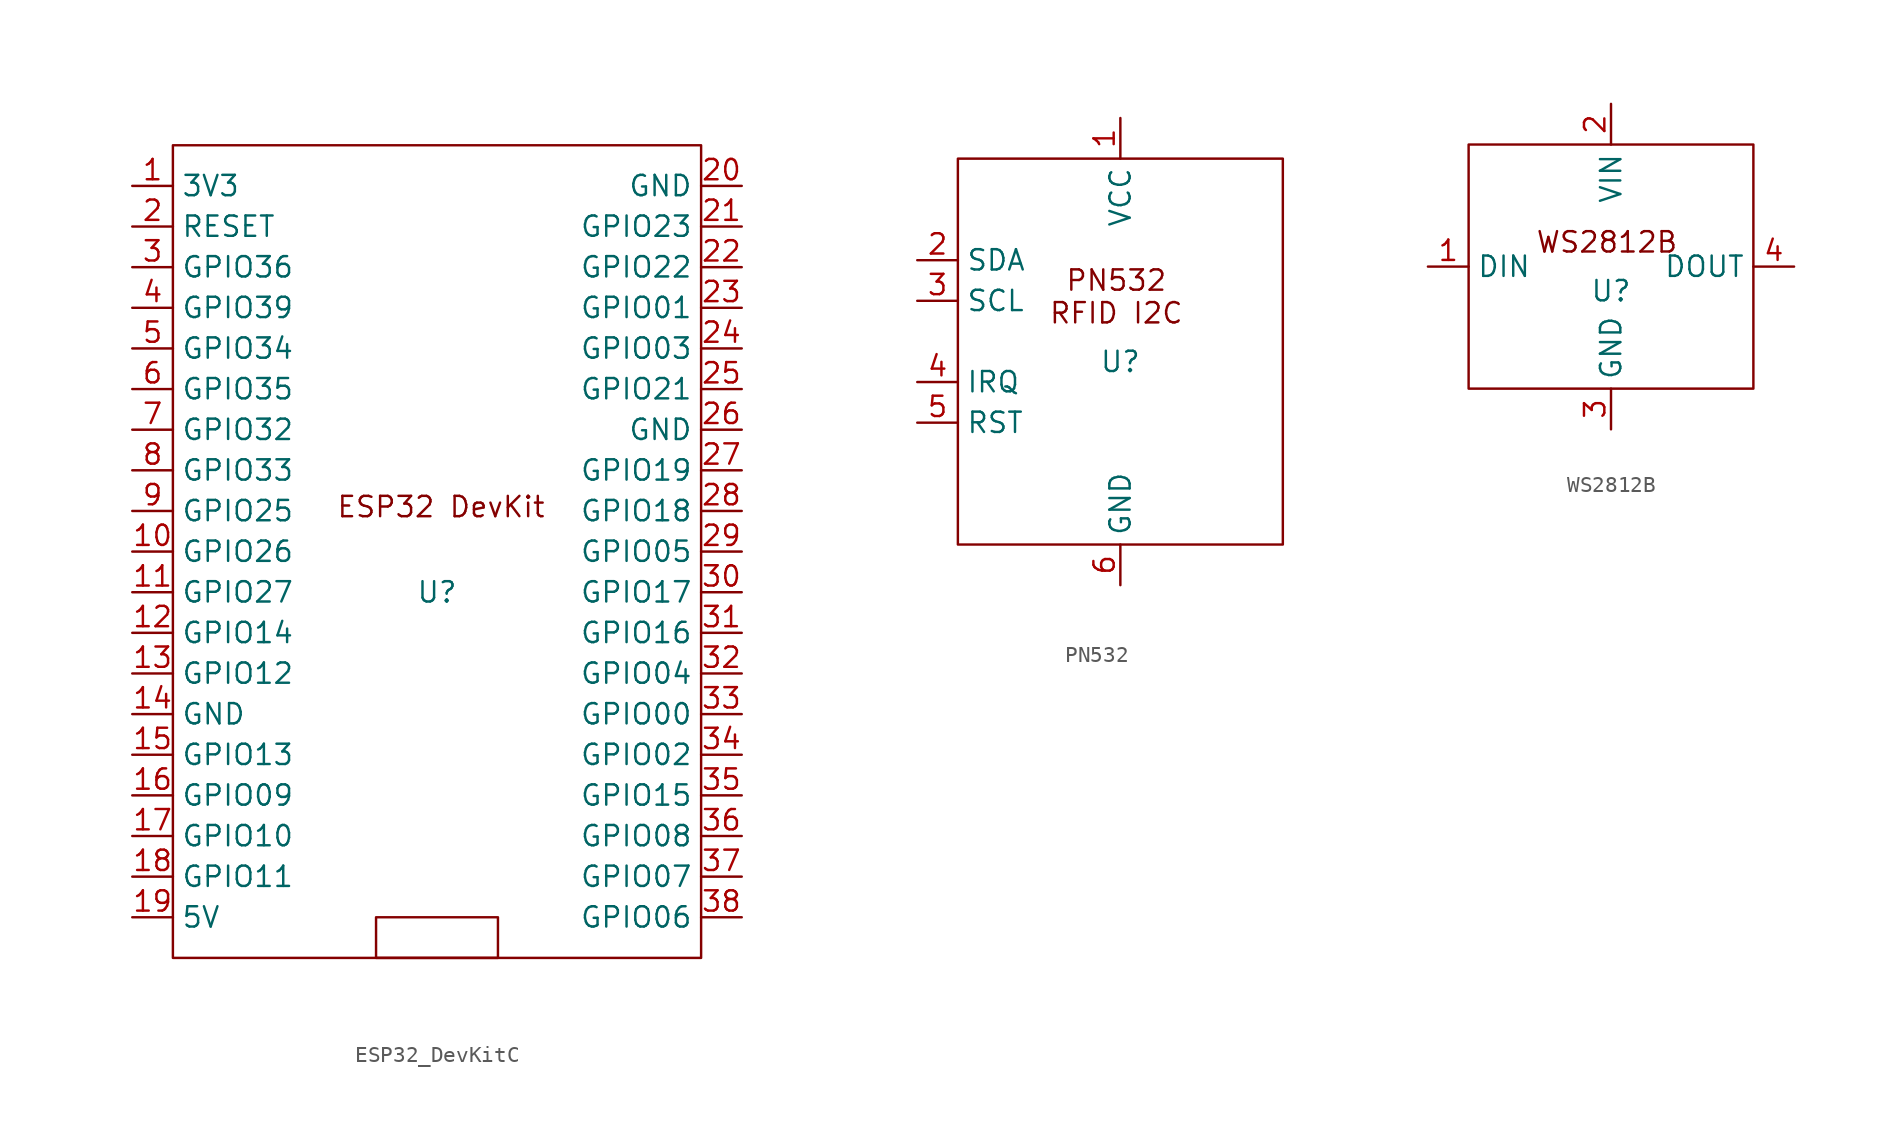
<source format=kicad_sym>
(kicad_symbol_lib
  (version 20241209)
  (generator "kicad_symbol_editor")
  (generator_version "9.0")
  (symbol "ESP32_DevKitC"
    (property "Reference" "U"
      (at 0 0 0)
      (effects (font (size 1.27 1.27))))
    (property "Value" ""
      (at 0 0 0)
      (effects (font (size 1.27 1.27))))
    (symbol "ESP32_DevKitC_0_1"
      (rectangle (start -16.51 27.94) (end 16.51 -22.86) (stroke (width 0) (type default)) (fill (type none)))
      (rectangle (start -3.81 -20.32) (end 3.81 -22.86) (stroke (width 0) (type default)) (fill (type none))))
    (symbol "ESP32_DevKitC_1_1"
      (text "ESP32 DevKit" (at 0.254 5.334 0) (effects (font (size 1.27 1.27))))
      (pin power_in line (at -19.05 25.4 0) (length 2.54) (name "3V3" (effects (font (size 1.27 1.27)))) (number "1" (effects (font (size 1.27 1.27)))))
      (pin input line (at -19.05 22.86 0) (length 2.54) (name "RESET" (effects (font (size 1.27 1.27)))) (number "2" (effects (font (size 1.27 1.27)))))
      (pin input line (at -19.05 20.32 0) (length 2.54) (name "GPIO36" (effects (font (size 1.27 1.27)))) (number "3" (effects (font (size 1.27 1.27)))))
      (pin input line (at -19.05 17.78 0) (length 2.54) (name "GPIO39" (effects (font (size 1.27 1.27)))) (number "4" (effects (font (size 1.27 1.27)))))
      (pin input line (at -19.05 15.24 0) (length 2.54) (name "GPIO34" (effects (font (size 1.27 1.27)))) (number "5" (effects (font (size 1.27 1.27)))))
      (pin input line (at -19.05 12.7 0) (length 2.54) (name "GPIO35" (effects (font (size 1.27 1.27)))) (number "6" (effects (font (size 1.27 1.27)))))
      (pin bidirectional line (at -19.05 10.16 0) (length 2.54) (name "GPIO32" (effects (font (size 1.27 1.27)))) (number "7" (effects (font (size 1.27 1.27)))))
      (pin bidirectional line (at -19.05 7.62 0) (length 2.54) (name "GPIO33" (effects (font (size 1.27 1.27)))) (number "8" (effects (font (size 1.27 1.27)))))
      (pin bidirectional line (at -19.05 5.08 0) (length 2.54) (name "GPIO25" (effects (font (size 1.27 1.27)))) (number "9" (effects (font (size 1.27 1.27)))))
      (pin bidirectional line (at -19.05 2.54 0) (length 2.54) (name "GPIO26" (effects (font (size 1.27 1.27)))) (number "10" (effects (font (size 1.27 1.27)))))
      (pin bidirectional line (at -19.05 0 0) (length 2.54) (name "GPIO27" (effects (font (size 1.27 1.27)))) (number "11" (effects (font (size 1.27 1.27)))))
      (pin bidirectional line (at -19.05 -2.54 0) (length 2.54) (name "GPIO14" (effects (font (size 1.27 1.27)))) (number "12" (effects (font (size 1.27 1.27)))))
      (pin bidirectional line (at -19.05 -5.08 0) (length 2.54) (name "GPIO12" (effects (font (size 1.27 1.27)))) (number "13" (effects (font (size 1.27 1.27)))))
      (pin power_in line (at -19.05 -7.62 0) (length 2.54) (name "GND" (effects (font (size 1.27 1.27)))) (number "14" (effects (font (size 1.27 1.27)))))
      (pin bidirectional line (at -19.05 -10.16 0) (length 2.54) (name "GPIO13" (effects (font (size 1.27 1.27)))) (number "15" (effects (font (size 1.27 1.27)))))
      (pin bidirectional line (at -19.05 -12.7 0) (length 2.54) (name "GPIO09" (effects (font (size 1.27 1.27)))) (number "16" (effects (font (size 1.27 1.27)))))
      (pin bidirectional line (at -19.05 -15.24 0) (length 2.54) (name "GPIO10" (effects (font (size 1.27 1.27)))) (number "17" (effects (font (size 1.27 1.27)))))
      (pin bidirectional line (at -19.05 -17.78 0) (length 2.54) (name "GPIO11" (effects (font (size 1.27 1.27)))) (number "18" (effects (font (size 1.27 1.27)))))
      (pin power_in line (at -19.05 -20.32 0) (length 2.54) (name "5V" (effects (font (size 1.27 1.27)))) (number "19" (effects (font (size 1.27 1.27)))))
      (pin power_in line (at 19.05 25.4 180) (length 2.54) (name "GND" (effects (font (size 1.27 1.27)))) (number "20" (effects (font (size 1.27 1.27)))))
      (pin bidirectional line (at 19.05 22.86 180) (length 2.54) (name "GPIO23" (effects (font (size 1.27 1.27)))) (number "21" (effects (font (size 1.27 1.27)))))
      (pin bidirectional line (at 19.05 20.32 180) (length 2.54) (name "GPIO22" (effects (font (size 1.27 1.27)))) (number "22" (effects (font (size 1.27 1.27)))))
      (pin bidirectional line (at 19.05 17.78 180) (length 2.54) (name "GPIO01" (effects (font (size 1.27 1.27)))) (number "23" (effects (font (size 1.27 1.27)))))
      (pin bidirectional line (at 19.05 15.24 180) (length 2.54) (name "GPIO03" (effects (font (size 1.27 1.27)))) (number "24" (effects (font (size 1.27 1.27)))))
      (pin bidirectional line (at 19.05 12.7 180) (length 2.54) (name "GPIO21" (effects (font (size 1.27 1.27)))) (number "25" (effects (font (size 1.27 1.27)))))
      (pin input line (at 19.05 10.16 180) (length 2.54) (name "GND" (effects (font (size 1.27 1.27)))) (number "26" (effects (font (size 1.27 1.27)))))
      (pin bidirectional line (at 19.05 7.62 180) (length 2.54) (name "GPIO19" (effects (font (size 1.27 1.27)))) (number "27" (effects (font (size 1.27 1.27)))))
      (pin bidirectional line (at 19.05 5.08 180) (length 2.54) (name "GPIO18" (effects (font (size 1.27 1.27)))) (number "28" (effects (font (size 1.27 1.27)))))
      (pin bidirectional line (at 19.05 2.54 180) (length 2.54) (name "GPIO05" (effects (font (size 1.27 1.27)))) (number "29" (effects (font (size 1.27 1.27)))))
      (pin bidirectional line (at 19.05 0 180) (length 2.54) (name "GPIO17" (effects (font (size 1.27 1.27)))) (number "30" (effects (font (size 1.27 1.27)))))
      (pin bidirectional line (at 19.05 -2.54 180) (length 2.54) (name "GPIO16" (effects (font (size 1.27 1.27)))) (number "31" (effects (font (size 1.27 1.27)))))
      (pin bidirectional line (at 19.05 -5.08 180) (length 2.54) (name "GPIO04" (effects (font (size 1.27 1.27)))) (number "32" (effects (font (size 1.27 1.27)))))
      (pin bidirectional line (at 19.05 -7.62 180) (length 2.54) (name "GPIO00" (effects (font (size 1.27 1.27)))) (number "33" (effects (font (size 1.27 1.27)))))
      (pin bidirectional line (at 19.05 -10.16 180) (length 2.54) (name "GPIO02" (effects (font (size 1.27 1.27)))) (number "34" (effects (font (size 1.27 1.27)))))
      (pin bidirectional line (at 19.05 -12.7 180) (length 2.54) (name "GPIO15" (effects (font (size 1.27 1.27)))) (number "35" (effects (font (size 1.27 1.27)))))
      (pin bidirectional line (at 19.05 -15.24 180) (length 2.54) (name "GPIO08" (effects (font (size 1.27 1.27)))) (number "36" (effects (font (size 1.27 1.27)))))
      (pin bidirectional line (at 19.05 -17.78 180) (length 2.54) (name "GPIO07" (effects (font (size 1.27 1.27)))) (number "37" (effects (font (size 1.27 1.27)))))
      (pin bidirectional line (at 19.05 -20.32 180) (length 2.54) (name "GPIO06" (effects (font (size 1.27 1.27)))) (number "38" (effects (font (size 1.27 1.27)))))))
  (symbol "PN532"
    (property "Reference" "U"
      (at 0 0 0)
      (effects (font (size 1.27 1.27))))
    (property "Value" ""
      (at 0 0 0)
      (effects (font (size 1.27 1.27))))
    (symbol "PN532_0_1"
      (rectangle (start -10.16 12.7) (end 10.16 -11.43) (stroke (width 0) (type default)) (fill (type none))))
    (symbol "PN532_1_1"
      (text "PN532\nRFID I2C" (at -0.254 4.064 0) (effects (font (size 1.27 1.27))))
      (pin bidirectional line (at -12.7 6.35 0) (length 2.54) (name "SDA" (effects (font (size 1.27 1.27)))) (number "2" (effects (font (size 1.27 1.27)))))
      (pin input line (at -12.7 3.81 0) (length 2.54) (name "SCL" (effects (font (size 1.27 1.27)))) (number "3" (effects (font (size 1.27 1.27)))))
      (pin output line (at -12.7 -1.27 0) (length 2.54) (name "IRQ" (effects (font (size 1.27 1.27)))) (number "4" (effects (font (size 1.27 1.27)))))
      (pin input line (at -12.7 -3.81 0) (length 2.54) (name "RST" (effects (font (size 1.27 1.27)))) (number "5" (effects (font (size 1.27 1.27)))))
      (pin power_in line (at 0 15.24 270) (length 2.54) (name "VCC" (effects (font (size 1.27 1.27)))) (number "1" (effects (font (size 1.27 1.27)))))
      (pin power_in line (at 0 -13.97 90) (length 2.54) (name "GND" (effects (font (size 1.27 1.27)))) (number "6" (effects (font (size 1.27 1.27)))))))
  (symbol "WS2812B"
    (property "Reference" "U"
      (at 0 -1.524 0)
      (effects (font (size 1.27 1.27))))
    (property "Value" ""
      (at 0 0 0)
      (effects (font (size 1.27 1.27))))
    (symbol "WS2812B_0_1"
      (rectangle (start -8.89 7.62) (end 8.89 -7.62) (stroke (width 0) (type default)) (fill (type none))))
    (symbol "WS2812B_1_1"
      (text "WS2812B" (at -0.254 1.524 0) (effects (font (size 1.27 1.27))))
      (pin input line (at -11.43 0 0) (length 2.54) (name "DIN" (effects (font (size 1.27 1.27)))) (number "1" (effects (font (size 1.27 1.27)))))
      (pin power_in line (at 0 10.16 270) (length 2.54) (name "VIN" (effects (font (size 1.27 1.27)))) (number "2" (effects (font (size 1.27 1.27)))))
      (pin power_in line (at 0 -10.16 90) (length 2.54) (name "GND" (effects (font (size 1.27 1.27)))) (number "3" (effects (font (size 1.27 1.27)))))
      (pin output line (at 11.43 0 180) (length 2.54) (name "DOUT" (effects (font (size 1.27 1.27)))) (number "4" (effects (font (size 1.27 1.27))))))))
</source>
